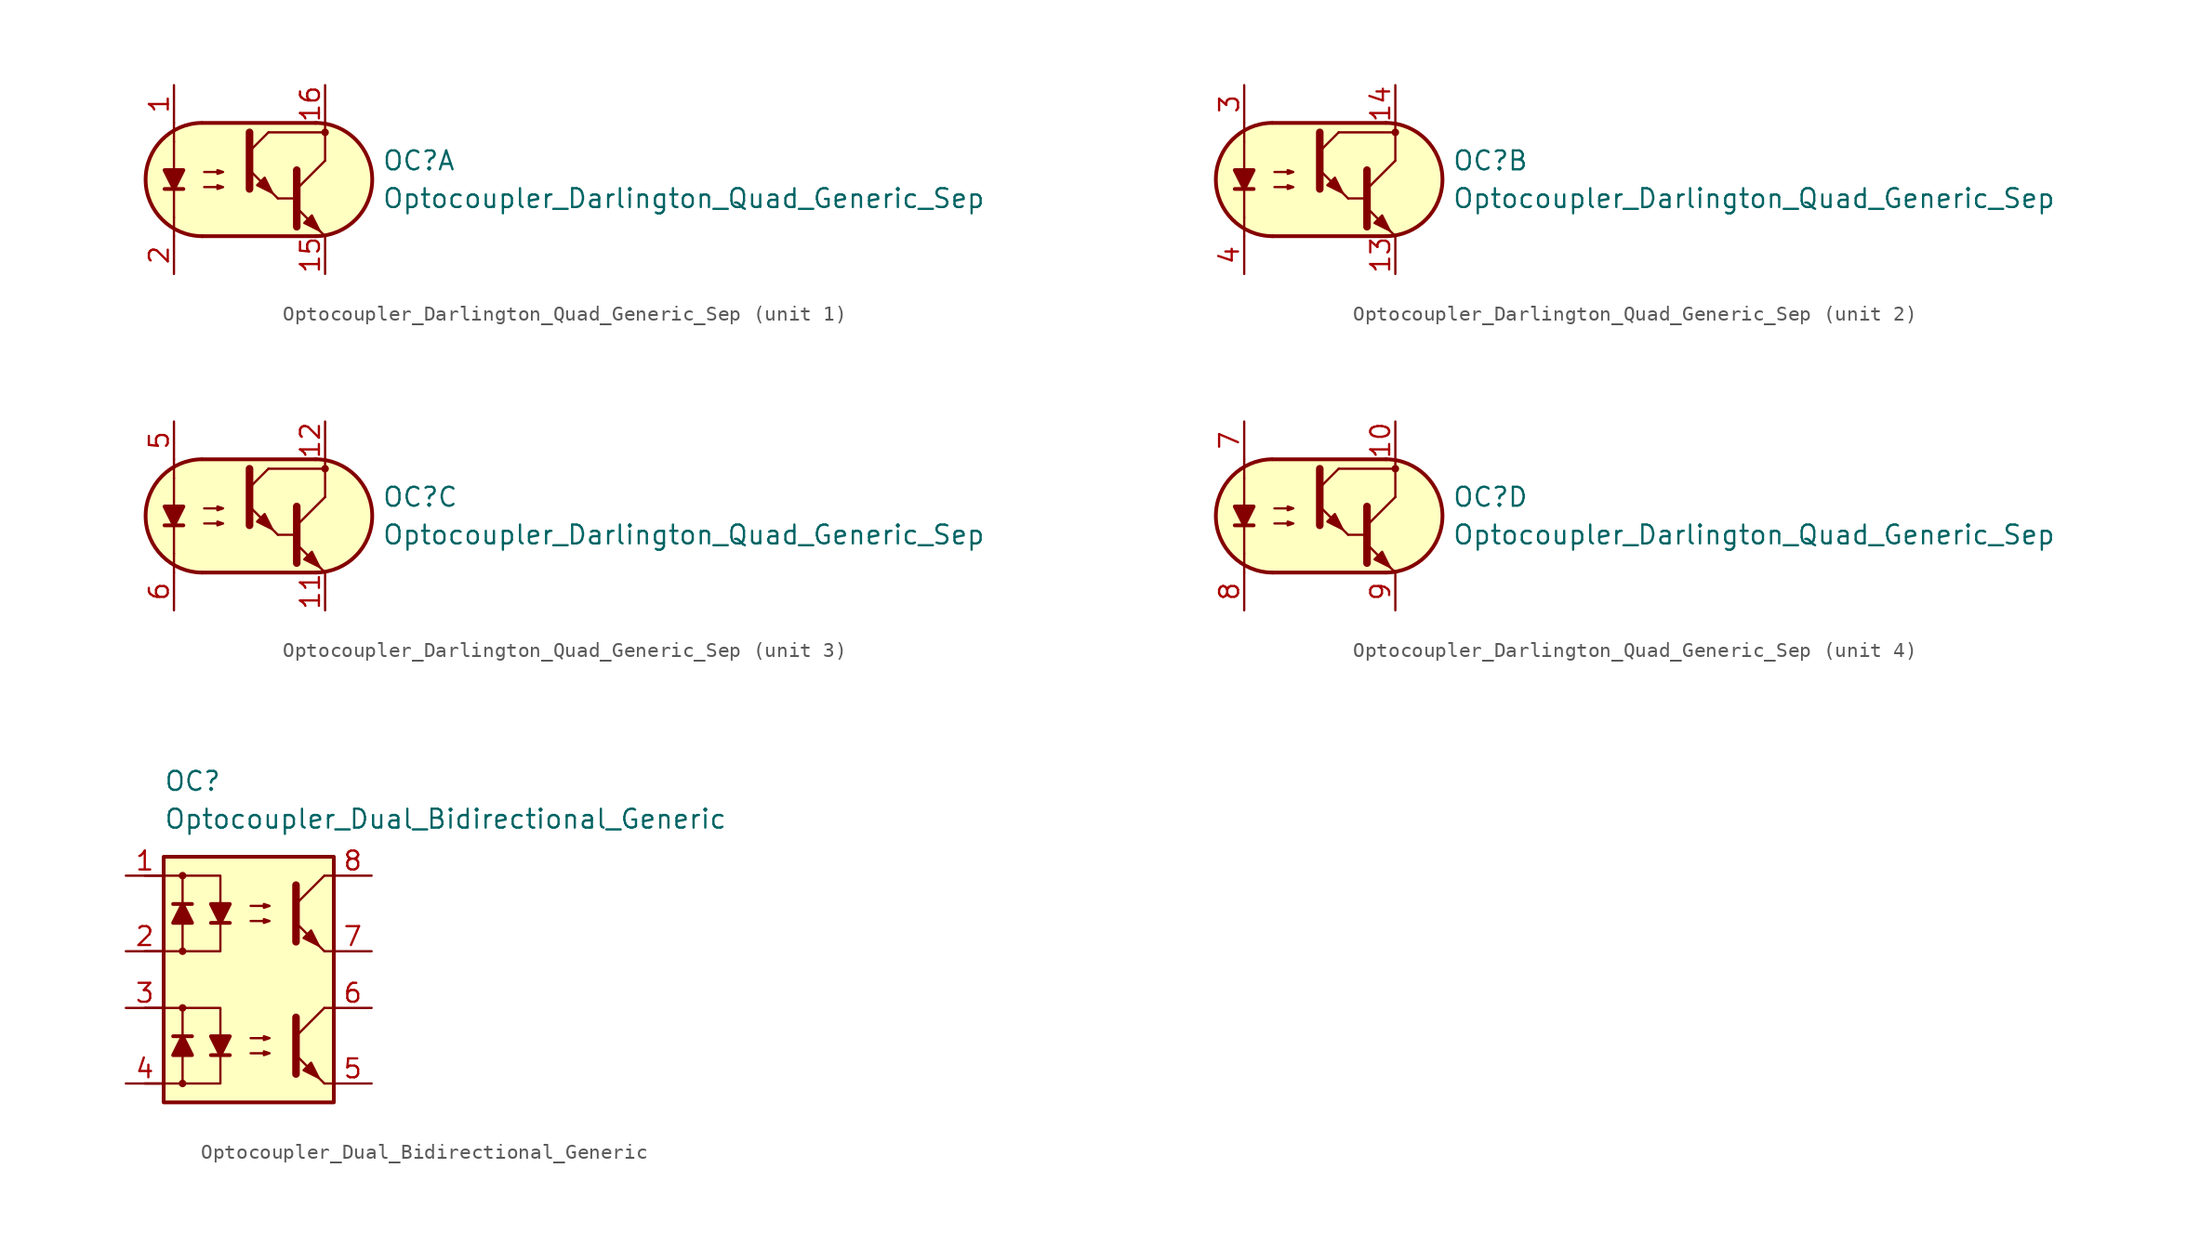
<source format=kicad_sym>
(kicad_symbol_lib
  (version 20211014)
  (generator kicad_symbol_editor)
  (symbol "Optocoupler_AKL:Optocoupler_Darlington_Quad_Generic_Sep"
    (pin_names
      (offset 1.016))
    (property "Reference" "OC"
      (at 8.89 1.27 0)
      (effects (font (size 1.27 1.27)) (justify left)))
    (property "Value" "Optocoupler_Darlington_Quad_Generic_Sep"
      (at 8.89 -1.27 0)
      (effects (font (size 1.27 1.27)) (justify left)))
    (property "ki_locked" ""
      (at 0 0 0)
      (effects (font (size 1.27 1.27))))
    (symbol "Optocoupler_Darlington_Quad_Generic_Sep_0_1"
      (arc (start -3.2135 3.8099) (mid -6.9851 -0.016) (end -3.1816 -3.8101) (stroke (width 0.254) (type default) (color 0 0 0 0)) (fill (type none)))
      (polyline (pts (xy -5.08 -2.54) (xy -5.08 -3.81)) (stroke (width 0.152) (type default) (color 0 0 0 0)) (fill (type none)))
      (polyline (pts (xy -5.08 -2.54) (xy -5.08 2.54)) (stroke (width 0.152) (type default) (color 0 0 0 0)) (fill (type none)))
      (polyline (pts (xy -5.08 2.54) (xy -5.08 3.81)) (stroke (width 0.152) (type default) (color 0 0 0 0)) (fill (type none)))
      (polyline (pts (xy -3.175 -3.81) (xy 4.445 -3.81)) (stroke (width 0.254) (type default) (color 0 0 0 0)) (fill (type none)))
      (polyline (pts (xy 1.27 3.175) (xy 5.08 3.175)) (stroke (width 0.152) (type default) (color 0 0 0 0)) (fill (type none)))
      (polyline (pts (xy 1.905 -1.27) (xy 3.175 -1.27)) (stroke (width 0) (type default) (color 0 0 0 0)) (fill (type none)))
      (polyline (pts (xy 3.175 -0.635) (xy 5.08 1.27)) (stroke (width 0) (type default) (color 0 0 0 0)) (fill (type none)))
      (polyline (pts (xy 4.445 3.81) (xy -3.175 3.81)) (stroke (width 0.254) (type default) (color 0 0 0 0)) (fill (type none)))
      (polyline (pts (xy 5.08 -3.81) (xy 3.175 -1.905)) (stroke (width 0) (type default) (color 0 0 0 0)) (fill (type outline)))
      (polyline (pts (xy 5.08 1.27) (xy 5.08 3.81)) (stroke (width 0.152) (type default) (color 0 0 0 0)) (fill (type none)))
      (polyline (pts (xy 3.175 0.635) (xy 3.175 -3.175) (xy 3.175 -3.175)) (stroke (width 0.508) (type default) (color 0 0 0 0)) (fill (type none)))
      (polyline (pts (xy -3.048 -0.508) (xy -1.778 -0.508) (xy -2.159 -0.635) (xy -2.159 -0.381) (xy -1.778 -0.508)) (stroke (width 0) (type default) (color 0 0 0 0)) (fill (type none)))
      (polyline (pts (xy -3.048 0.508) (xy -1.778 0.508) (xy -2.159 0.381) (xy -2.159 0.635) (xy -1.778 0.508)) (stroke (width 0) (type default) (color 0 0 0 0)) (fill (type none)))
      (polyline (pts (xy 3.683 -2.921) (xy 4.191 -2.413) (xy 4.699 -3.429) (xy 3.683 -2.921) (xy 3.683 -2.921)) (stroke (width 0) (type default) (color 0 0 0 0)) (fill (type outline)))
      (polyline (pts (xy 4.445 3.81) (xy -2.921 3.81) (xy -3.302 3.81) (xy -3.556 3.81) (xy -4.191 3.683) (xy -4.826 3.429) (xy -5.334 3.175) (xy -6.223 2.286) (xy -6.858 1.016) (xy -6.985 -0.127) (xy -6.731 -1.27) (xy -6.096 -2.413) (xy -5.08 -3.302) (xy -3.556 -3.81) (xy 4.826 -3.81) (xy 5.842 -3.556) (xy 6.858 -2.921) (xy 7.62 -2.159) (xy 8.001 -1.397) (xy 8.255 -0.127) (xy 8.128 0.889) (xy 7.874 1.651) (xy 7.493 2.286) (xy 6.985 2.794) (xy 6.35 3.302) (xy 5.461 3.683) (xy 4.445 3.81)) (stroke (width 0.01) (type default) (color 0 0 0 0)) (fill (type background)))
      (arc (start 4.4769 -3.81) (mid 8.2485 0.0159) (end 4.445 3.81) (stroke (width 0.254) (type default) (color 0 0 0 0)) (fill (type none))))
    (symbol "Optocoupler_Darlington_Quad_Generic_Sep_1_1"
      (polyline (pts (xy -5.715 -0.635) (xy -4.445 -0.635)) (stroke (width 0.254) (type default) (color 0 0 0 0)) (fill (type none)))
      (polyline (pts (xy 0 1.905) (xy 1.27 3.175)) (stroke (width 0) (type default) (color 0 0 0 0)) (fill (type none)))
      (polyline (pts (xy 1.905 -1.27) (xy 0 0.635)) (stroke (width 0) (type default) (color 0 0 0 0)) (fill (type outline)))
      (polyline (pts (xy 0 3.175) (xy 0 -0.635) (xy 0 -0.635)) (stroke (width 0.508) (type default) (color 0 0 0 0)) (fill (type none)))
      (polyline (pts (xy -5.08 -0.635) (xy -5.715 0.635) (xy -4.445 0.635) (xy -5.08 -0.635)) (stroke (width 0.254) (type default) (color 0 0 0 0)) (fill (type outline)))
      (polyline (pts (xy 0.508 -0.381) (xy 1.016 0.127) (xy 1.524 -0.889) (xy 0.508 -0.381) (xy 0.508 -0.381)) (stroke (width 0) (type default) (color 0 0 0 0)) (fill (type outline)))
      (circle (center 5.08 3.175) (radius 0.178) (stroke (width 0)) (stroke (width 0) (type default) (color 0 0 0 0)) (fill (type outline)))
      (pin passive line (at -5.08 6.35 270) (length 2.54) (name "~" (effects (font (size 1.27 1.27)))) (number "1" (effects (font (size 1.27 1.27)))))
      (pin passive line (at 5.08 -6.35 90) (length 2.54) (name "~" (effects (font (size 1.27 1.27)))) (number "15" (effects (font (size 1.27 1.27)))))
      (pin passive line (at 5.08 6.35 270) (length 2.54) (name "~" (effects (font (size 1.27 1.27)))) (number "16" (effects (font (size 1.27 1.27)))))
      (pin passive line (at -5.08 -6.35 90) (length 2.54) (name "~" (effects (font (size 1.27 1.27)))) (number "2" (effects (font (size 1.27 1.27))))))
    (symbol "Optocoupler_Darlington_Quad_Generic_Sep_2_1"
      (polyline (pts (xy -5.715 -0.635) (xy -4.445 -0.635)) (stroke (width 0.254) (type default) (color 0 0 0 0)) (fill (type none)))
      (polyline (pts (xy 0 1.905) (xy 1.27 3.175)) (stroke (width 0) (type default) (color 0 0 0 0)) (fill (type none)))
      (polyline (pts (xy 1.905 -1.27) (xy 0 0.635)) (stroke (width 0) (type default) (color 0 0 0 0)) (fill (type outline)))
      (polyline (pts (xy 0 3.175) (xy 0 -0.635) (xy 0 -0.635)) (stroke (width 0.508) (type default) (color 0 0 0 0)) (fill (type none)))
      (polyline (pts (xy -5.08 -0.635) (xy -5.715 0.635) (xy -4.445 0.635) (xy -5.08 -0.635)) (stroke (width 0.254) (type default) (color 0 0 0 0)) (fill (type outline)))
      (polyline (pts (xy 0.508 -0.381) (xy 1.016 0.127) (xy 1.524 -0.889) (xy 0.508 -0.381) (xy 0.508 -0.381)) (stroke (width 0) (type default) (color 0 0 0 0)) (fill (type outline)))
      (circle (center 5.08 3.175) (radius 0.178) (stroke (width 0)) (stroke (width 0) (type default) (color 0 0 0 0)) (fill (type outline)))
      (pin passive line (at 5.08 -6.35 90) (length 2.54) (name "~" (effects (font (size 1.27 1.27)))) (number "13" (effects (font (size 1.27 1.27)))))
      (pin passive line (at 5.08 6.35 270) (length 2.54) (name "~" (effects (font (size 1.27 1.27)))) (number "14" (effects (font (size 1.27 1.27)))))
      (pin passive line (at -5.08 6.35 270) (length 2.54) (name "~" (effects (font (size 1.27 1.27)))) (number "3" (effects (font (size 1.27 1.27)))))
      (pin passive line (at -5.08 -6.35 90) (length 2.54) (name "~" (effects (font (size 1.27 1.27)))) (number "4" (effects (font (size 1.27 1.27))))))
    (symbol "Optocoupler_Darlington_Quad_Generic_Sep_3_1"
      (polyline (pts (xy -5.715 -0.635) (xy -4.445 -0.635)) (stroke (width 0.254) (type default) (color 0 0 0 0)) (fill (type none)))
      (polyline (pts (xy 0 1.905) (xy 1.27 3.175)) (stroke (width 0) (type default) (color 0 0 0 0)) (fill (type none)))
      (polyline (pts (xy 1.905 -1.27) (xy 0 0.635)) (stroke (width 0) (type default) (color 0 0 0 0)) (fill (type outline)))
      (polyline (pts (xy 0 3.175) (xy 0 -0.635) (xy 0 -0.635)) (stroke (width 0.508) (type default) (color 0 0 0 0)) (fill (type none)))
      (polyline (pts (xy -5.08 -0.635) (xy -5.715 0.635) (xy -4.445 0.635) (xy -5.08 -0.635)) (stroke (width 0.254) (type default) (color 0 0 0 0)) (fill (type outline)))
      (polyline (pts (xy 0.508 -0.381) (xy 1.016 0.127) (xy 1.524 -0.889) (xy 0.508 -0.381) (xy 0.508 -0.381)) (stroke (width 0) (type default) (color 0 0 0 0)) (fill (type outline)))
      (circle (center 5.08 3.175) (radius 0.178) (stroke (width 0)) (stroke (width 0) (type default) (color 0 0 0 0)) (fill (type outline)))
      (pin passive line (at 5.08 -6.35 90) (length 2.54) (name "~" (effects (font (size 1.27 1.27)))) (number "11" (effects (font (size 1.27 1.27)))))
      (pin passive line (at 5.08 6.35 270) (length 2.54) (name "~" (effects (font (size 1.27 1.27)))) (number "12" (effects (font (size 1.27 1.27)))))
      (pin passive line (at -5.08 6.35 270) (length 2.54) (name "~" (effects (font (size 1.27 1.27)))) (number "5" (effects (font (size 1.27 1.27)))))
      (pin passive line (at -5.08 -6.35 90) (length 2.54) (name "~" (effects (font (size 1.27 1.27)))) (number "6" (effects (font (size 1.27 1.27))))))
    (symbol "Optocoupler_Darlington_Quad_Generic_Sep_4_1"
      (polyline (pts (xy -5.715 -0.635) (xy -4.445 -0.635)) (stroke (width 0.254) (type default) (color 0 0 0 0)) (fill (type none)))
      (polyline (pts (xy 0 1.905) (xy 1.27 3.175)) (stroke (width 0) (type default) (color 0 0 0 0)) (fill (type none)))
      (polyline (pts (xy 1.905 -1.27) (xy 0 0.635)) (stroke (width 0) (type default) (color 0 0 0 0)) (fill (type outline)))
      (polyline (pts (xy 0 3.175) (xy 0 -0.635) (xy 0 -0.635)) (stroke (width 0.508) (type default) (color 0 0 0 0)) (fill (type none)))
      (polyline (pts (xy -5.08 -0.635) (xy -5.715 0.635) (xy -4.445 0.635) (xy -5.08 -0.635)) (stroke (width 0.254) (type default) (color 0 0 0 0)) (fill (type outline)))
      (polyline (pts (xy 0.508 -0.381) (xy 1.016 0.127) (xy 1.524 -0.889) (xy 0.508 -0.381) (xy 0.508 -0.381)) (stroke (width 0) (type default) (color 0 0 0 0)) (fill (type outline)))
      (circle (center 5.08 3.175) (radius 0.178) (stroke (width 0)) (stroke (width 0) (type default) (color 0 0 0 0)) (fill (type outline)))
      (pin passive line (at 5.08 6.35 270) (length 2.54) (name "~" (effects (font (size 1.27 1.27)))) (number "10" (effects (font (size 1.27 1.27)))))
      (pin passive line (at -5.08 6.35 270) (length 2.54) (name "~" (effects (font (size 1.27 1.27)))) (number "7" (effects (font (size 1.27 1.27)))))
      (pin passive line (at -5.08 -6.35 90) (length 2.54) (name "~" (effects (font (size 1.27 1.27)))) (number "8" (effects (font (size 1.27 1.27)))))
      (pin passive line (at 5.08 -6.35 90) (length 2.54) (name "~" (effects (font (size 1.27 1.27)))) (number "9" (effects (font (size 1.27 1.27)))))))
  (symbol "Optocoupler_AKL:Optocoupler_Dual_Bidirectional_Generic"
    (pin_names
      (offset 1.016))
    (property "Reference" "OC"
      (at -6.35 8.89 0)
      (effects (font (size 1.27 1.27)) (justify left)))
    (property "Value" "Optocoupler_Dual_Bidirectional_Generic"
      (at -6.35 6.35 0)
      (effects (font (size 1.27 1.27)) (justify left)))
    (symbol "Optocoupler_Dual_Bidirectional_Generic_0_0"
      (rectangle (start -6.35 3.81) (end 5.08 -12.7) (stroke (width 0.254) (type default) (color 0 0 0 0)) (fill (type background))))
    (symbol "Optocoupler_Dual_Bidirectional_Generic_0_1"
      (polyline (pts (xy 2.54 0.635) (xy 4.445 2.54)) (stroke (width 0) (type default) (color 0 0 0 0)) (fill (type none)))
      (polyline (pts (xy 4.445 -2.54) (xy 2.54 -0.635)) (stroke (width 0) (type default) (color 0 0 0 0)) (fill (type outline)))
      (polyline (pts (xy 4.445 -2.54) (xy 5.08 -2.54)) (stroke (width 0) (type default) (color 0 0 0 0)) (fill (type none)))
      (polyline (pts (xy 4.445 2.54) (xy 5.08 2.54)) (stroke (width 0) (type default) (color 0 0 0 0)) (fill (type none)))
      (polyline (pts (xy 2.54 1.905) (xy 2.54 -1.905) (xy 2.54 -1.905)) (stroke (width 0.508) (type default) (color 0 0 0 0)) (fill (type none)))
      (polyline (pts (xy -0.508 -0.508) (xy 0.762 -0.508) (xy 0.381 -0.635) (xy 0.381 -0.381) (xy 0.762 -0.508)) (stroke (width 0) (type default) (color 0 0 0 0)) (fill (type none)))
      (polyline (pts (xy -0.508 0.508) (xy 0.762 0.508) (xy 0.381 0.381) (xy 0.381 0.635) (xy 0.762 0.508)) (stroke (width 0) (type default) (color 0 0 0 0)) (fill (type none)))
      (polyline (pts (xy 3.048 -1.651) (xy 3.556 -1.143) (xy 4.064 -2.159) (xy 3.048 -1.651) (xy 3.048 -1.651)) (stroke (width 0) (type default) (color 0 0 0 0)) (fill (type outline))))
    (symbol "Optocoupler_Dual_Bidirectional_Generic_1_1"
      (circle (center -5.08 -11.43) (radius 0.178) (stroke (width 0)) (stroke (width 0) (type default) (color 0 0 0 0)) (fill (type outline)))
      (circle (center -5.08 -6.35) (radius 0.178) (stroke (width 0)) (stroke (width 0) (type default) (color 0 0 0 0)) (fill (type outline)))
      (circle (center -5.08 -2.54) (radius 0.178) (stroke (width 0)) (stroke (width 0) (type default) (color 0 0 0 0)) (fill (type outline)))
      (circle (center -5.08 2.54) (radius 0.178) (stroke (width 0)) (stroke (width 0) (type default) (color 0 0 0 0)) (fill (type outline)))
      (polyline (pts (xy -4.445 -8.255) (xy -5.715 -8.255)) (stroke (width 0.254) (type default) (color 0 0 0 0)) (fill (type none)))
      (polyline (pts (xy -4.445 0.635) (xy -5.715 0.635)) (stroke (width 0.254) (type default) (color 0 0 0 0)) (fill (type none)))
      (polyline (pts (xy -3.175 -9.525) (xy -1.905 -9.525)) (stroke (width 0.254) (type default) (color 0 0 0 0)) (fill (type none)))
      (polyline (pts (xy -3.175 -0.635) (xy -1.905 -0.635)) (stroke (width 0.254) (type default) (color 0 0 0 0)) (fill (type none)))
      (polyline (pts (xy 2.54 -8.255) (xy 4.445 -6.35)) (stroke (width 0) (type default) (color 0 0 0 0)) (fill (type none)))
      (polyline (pts (xy 4.445 -11.43) (xy 2.54 -9.525)) (stroke (width 0) (type default) (color 0 0 0 0)) (fill (type outline)))
      (polyline (pts (xy 4.445 -11.43) (xy 5.08 -11.43)) (stroke (width 0) (type default) (color 0 0 0 0)) (fill (type none)))
      (polyline (pts (xy 4.445 -6.35) (xy 5.08 -6.35)) (stroke (width 0) (type default) (color 0 0 0 0)) (fill (type none)))
      (polyline (pts (xy -7.62 -6.35) (xy -5.08 -6.35) (xy -5.08 -9.525)) (stroke (width 0) (type default) (color 0 0 0 0)) (fill (type none)))
      (polyline (pts (xy -7.62 2.54) (xy -5.08 2.54) (xy -5.08 -0.635)) (stroke (width 0) (type default) (color 0 0 0 0)) (fill (type none)))
      (polyline (pts (xy -5.08 -9.525) (xy -5.08 -11.43) (xy -7.62 -11.43)) (stroke (width 0) (type default) (color 0 0 0 0)) (fill (type none)))
      (polyline (pts (xy -5.08 -6.35) (xy -2.54 -6.35) (xy -2.54 -9.525)) (stroke (width 0) (type default) (color 0 0 0 0)) (fill (type none)))
      (polyline (pts (xy -5.08 -0.635) (xy -5.08 -2.54) (xy -7.62 -2.54)) (stroke (width 0) (type default) (color 0 0 0 0)) (fill (type none)))
      (polyline (pts (xy -5.08 2.54) (xy -2.54 2.54) (xy -2.54 -0.635)) (stroke (width 0) (type default) (color 0 0 0 0)) (fill (type none)))
      (polyline (pts (xy -2.54 -9.525) (xy -2.54 -11.43) (xy -5.08 -11.43)) (stroke (width 0) (type default) (color 0 0 0 0)) (fill (type none)))
      (polyline (pts (xy -2.54 -0.635) (xy -2.54 -2.54) (xy -5.08 -2.54)) (stroke (width 0) (type default) (color 0 0 0 0)) (fill (type none)))
      (polyline (pts (xy 2.54 -6.985) (xy 2.54 -10.795) (xy 2.54 -10.795)) (stroke (width 0.508) (type default) (color 0 0 0 0)) (fill (type none)))
      (polyline (pts (xy -5.08 -8.255) (xy -4.445 -9.525) (xy -5.715 -9.525) (xy -5.08 -8.255)) (stroke (width 0.254) (type default) (color 0 0 0 0)) (fill (type outline)))
      (polyline (pts (xy -5.08 0.635) (xy -4.445 -0.635) (xy -5.715 -0.635) (xy -5.08 0.635)) (stroke (width 0.254) (type default) (color 0 0 0 0)) (fill (type outline)))
      (polyline (pts (xy -2.54 -9.525) (xy -3.175 -8.255) (xy -1.905 -8.255) (xy -2.54 -9.525)) (stroke (width 0.254) (type default) (color 0 0 0 0)) (fill (type outline)))
      (polyline (pts (xy -2.54 -0.635) (xy -3.175 0.635) (xy -1.905 0.635) (xy -2.54 -0.635)) (stroke (width 0.254) (type default) (color 0 0 0 0)) (fill (type outline)))
      (polyline (pts (xy -0.508 -9.398) (xy 0.762 -9.398) (xy 0.381 -9.525) (xy 0.381 -9.271) (xy 0.762 -9.398)) (stroke (width 0) (type default) (color 0 0 0 0)) (fill (type none)))
      (polyline (pts (xy -0.508 -8.382) (xy 0.762 -8.382) (xy 0.381 -8.509) (xy 0.381 -8.255) (xy 0.762 -8.382)) (stroke (width 0) (type default) (color 0 0 0 0)) (fill (type none)))
      (polyline (pts (xy 3.048 -10.541) (xy 3.556 -10.033) (xy 4.064 -11.049) (xy 3.048 -10.541) (xy 3.048 -10.541)) (stroke (width 0) (type default) (color 0 0 0 0)) (fill (type outline)))
      (pin passive line (at -8.89 2.54 0) (length 2.54) (name "~" (effects (font (size 1.27 1.27)))) (number "1" (effects (font (size 1.27 1.27)))))
      (pin passive line (at -8.89 -2.54 0) (length 2.54) (name "~" (effects (font (size 1.27 1.27)))) (number "2" (effects (font (size 1.27 1.27)))))
      (pin passive line (at -8.89 -6.35 0) (length 2.54) (name "~" (effects (font (size 1.27 1.27)))) (number "3" (effects (font (size 1.27 1.27)))))
      (pin passive line (at -8.89 -11.43 0) (length 2.54) (name "~" (effects (font (size 1.27 1.27)))) (number "4" (effects (font (size 1.27 1.27)))))
      (pin passive line (at 7.62 -11.43 180) (length 2.54) (name "~" (effects (font (size 1.27 1.27)))) (number "5" (effects (font (size 1.27 1.27)))))
      (pin passive line (at 7.62 -6.35 180) (length 2.54) (name "~" (effects (font (size 1.27 1.27)))) (number "6" (effects (font (size 1.27 1.27)))))
      (pin passive line (at 7.62 -2.54 180) (length 2.54) (name "~" (effects (font (size 1.27 1.27)))) (number "7" (effects (font (size 1.27 1.27)))))
      (pin passive line (at 7.62 2.54 180) (length 2.54) (name "~" (effects (font (size 1.27 1.27)))) (number "8" (effects (font (size 1.27 1.27))))))))
</source>
